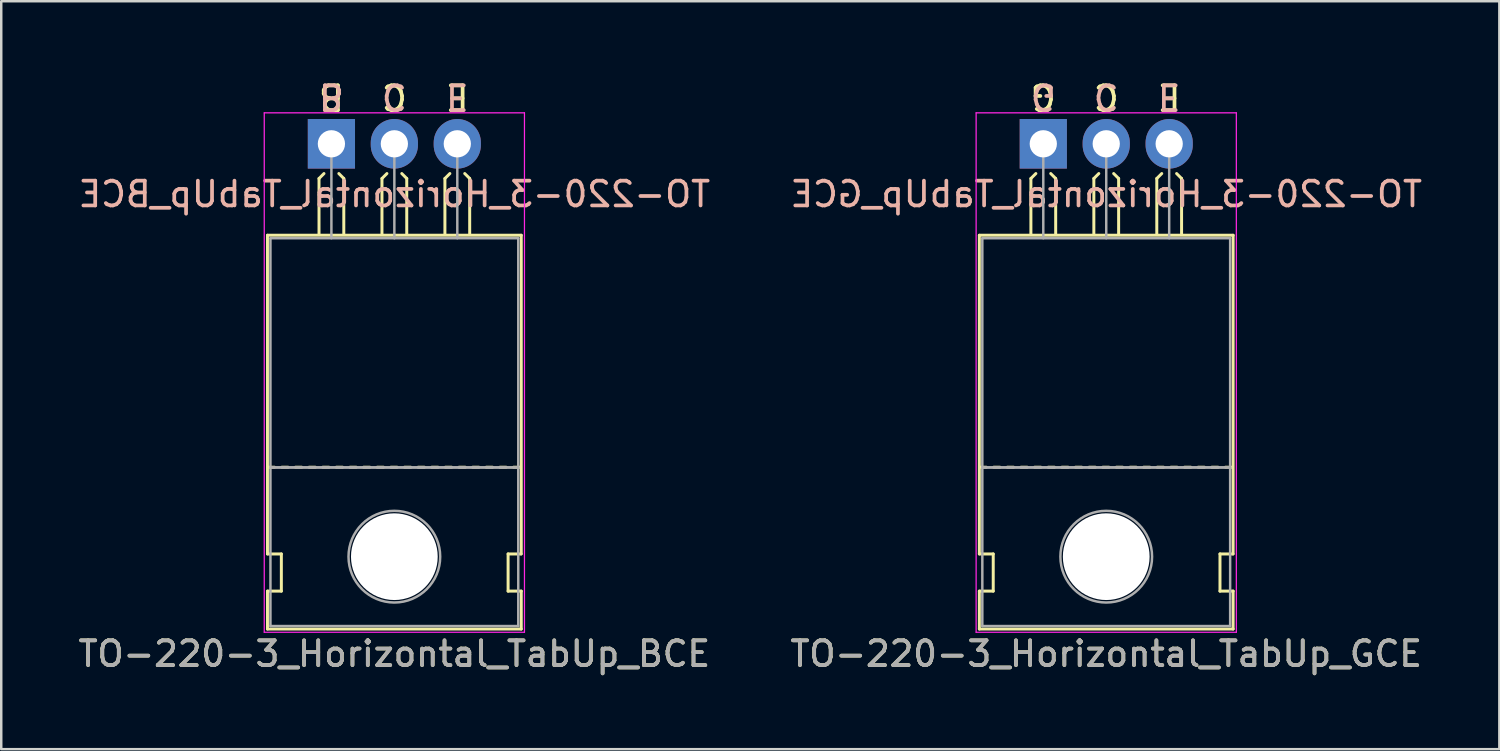
<source format=kicad_pcb>
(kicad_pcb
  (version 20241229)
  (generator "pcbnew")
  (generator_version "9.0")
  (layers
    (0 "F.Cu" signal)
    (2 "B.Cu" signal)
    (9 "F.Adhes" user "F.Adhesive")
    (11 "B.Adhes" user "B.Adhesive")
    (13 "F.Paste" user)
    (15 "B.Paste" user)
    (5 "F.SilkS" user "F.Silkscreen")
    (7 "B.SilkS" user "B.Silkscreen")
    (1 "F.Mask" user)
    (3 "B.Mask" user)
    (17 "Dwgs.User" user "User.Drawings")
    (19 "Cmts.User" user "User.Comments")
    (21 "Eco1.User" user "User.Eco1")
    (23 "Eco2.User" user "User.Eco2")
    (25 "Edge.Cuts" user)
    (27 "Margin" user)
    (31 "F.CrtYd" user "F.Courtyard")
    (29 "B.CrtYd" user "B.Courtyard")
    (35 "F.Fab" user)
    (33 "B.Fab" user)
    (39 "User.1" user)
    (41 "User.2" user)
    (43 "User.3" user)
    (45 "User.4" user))
  (footprint "TO-220-3_Horizontal_TabUp_BCE"
    (layer "F.Cu")
    (at 10.323 2.753)
    (property "Reference" "TO-220-3_Horizontal_TabUp_BCE" (at 2.54 20.58 0) (layer "F.SilkS") (effects (font (size 1 1) (thickness 0.15))))
    (fp_line (start -2.58 16.55) (end -2.58 3.69) (stroke (width 0.12) (type solid)) (layer "F.SilkS"))
    (fp_line (start -2.58 16.55) (end -2.02 16.55) (stroke (width 0.12) (type solid)) (layer "F.SilkS"))
    (fp_line (start -2.58 19.58) (end -2.58 18.05) (stroke (width 0.12) (type solid)) (layer "F.SilkS"))
    (fp_line (start -2.3 13.05) (end -2.55 13.05) (stroke (width 0.12) (type solid)) (layer "F.SilkS"))
    (fp_line (start -2.02 16.55) (end -2.02 18.05) (stroke (width 0.12) (type solid)) (layer "F.SilkS"))
    (fp_line (start -2.02 18.05) (end -2.58 18.05) (stroke (width 0.12) (type solid)) (layer "F.SilkS"))
    (fp_line (start -1.75 13.05) (end -2 13.05) (stroke (width 0.12) (type solid)) (layer "F.SilkS"))
    (fp_line (start -1.2 13.05) (end -1.45 13.05) (stroke (width 0.12) (type solid)) (layer "F.SilkS"))
    (fp_line (start -0.65 13.05) (end -0.9 13.05) (stroke (width 0.12) (type solid)) (layer "F.SilkS"))
    (fp_line (start -0.5 1.4) (end -0.3 1.2) (stroke (width 0.12) (type solid)) (layer "F.SilkS"))
    (fp_line (start -0.5 3.65) (end -0.5 1.4) (stroke (width 0.12) (type solid)) (layer "F.SilkS"))
    (fp_line (start -0.1 13.05) (end -0.35 13.05) (stroke (width 0.12) (type solid)) (layer "F.SilkS"))
    (fp_line (start 0.45 13.05) (end 0.2 13.05) (stroke (width 0.12) (type solid)) (layer "F.SilkS"))
    (fp_line (start 0.5 1.4) (end 0.3 1.2) (stroke (width 0.12) (type solid)) (layer "F.SilkS"))
    (fp_line (start 0.5 3.65) (end 0.5 1.4) (stroke (width 0.12) (type solid)) (layer "F.SilkS"))
    (fp_line (start 1 13.05) (end 0.75 13.05) (stroke (width 0.12) (type solid)) (layer "F.SilkS"))
    (fp_line (start 1.55 13.05) (end 1.3 13.05) (stroke (width 0.12) (type solid)) (layer "F.SilkS"))
    (fp_line (start 2.04 1.4) (end 2.24 1.2) (stroke (width 0.12) (type solid)) (layer "F.SilkS"))
    (fp_line (start 2.04 3.65) (end 2.04 1.4) (stroke (width 0.12) (type solid)) (layer "F.SilkS"))
    (fp_line (start 2.1 13.05) (end 1.85 13.05) (stroke (width 0.12) (type solid)) (layer "F.SilkS"))
    (fp_line (start 2.65 13.05) (end 2.4 13.05) (stroke (width 0.12) (type solid)) (layer "F.SilkS"))
    (fp_line (start 3.04 1.4) (end 2.84 1.2) (stroke (width 0.12) (type solid)) (layer "F.SilkS"))
    (fp_line (start 3.04 3.65) (end 3.04 1.4) (stroke (width 0.12) (type solid)) (layer "F.SilkS"))
    (fp_line (start 3.2 13.05) (end 2.95 13.05) (stroke (width 0.12) (type solid)) (layer "F.SilkS"))
    (fp_line (start 3.75 13.05) (end 3.5 13.05) (stroke (width 0.12) (type solid)) (layer "F.SilkS"))
    (fp_line (start 4.3 13.05) (end 4.05 13.05) (stroke (width 0.12) (type solid)) (layer "F.SilkS"))
    (fp_line (start 4.58 1.4) (end 4.78 1.2) (stroke (width 0.12) (type solid)) (layer "F.SilkS"))
    (fp_line (start 4.58 3.65) (end 4.58 1.4) (stroke (width 0.12) (type solid)) (layer "F.SilkS"))
    (fp_line (start 4.85 13.05) (end 4.6 13.05) (stroke (width 0.12) (type solid)) (layer "F.SilkS"))
    (fp_line (start 5.4 13.05) (end 5.15 13.05) (stroke (width 0.12) (type solid)) (layer "F.SilkS"))
    (fp_line (start 5.58 1.4) (end 5.38 1.2) (stroke (width 0.12) (type solid)) (layer "F.SilkS"))
    (fp_line (start 5.58 3.65) (end 5.58 1.4) (stroke (width 0.12) (type solid)) (layer "F.SilkS"))
    (fp_line (start 5.95 13.05) (end 5.7 13.05) (stroke (width 0.12) (type solid)) (layer "F.SilkS"))
    (fp_line (start 6.5 13.05) (end 6.25 13.05) (stroke (width 0.12) (type solid)) (layer "F.SilkS"))
    (fp_line (start 7.05 13.05) (end 6.8 13.05) (stroke (width 0.12) (type solid)) (layer "F.SilkS"))
    (fp_line (start 7.13 16.55) (end 7.655 16.55) (stroke (width 0.12) (type solid)) (layer "F.SilkS"))
    (fp_line (start 7.13 18.05) (end 7.13 16.55) (stroke (width 0.12) (type solid)) (layer "F.SilkS"))
    (fp_line (start 7.6 13.05) (end 7.35 13.05) (stroke (width 0.12) (type solid)) (layer "F.SilkS"))
    (fp_line (start 7.66 3.69) (end -2.58 3.69) (stroke (width 0.12) (type solid)) (layer "F.SilkS"))
    (fp_line (start 7.66 16.55) (end 7.66 3.69) (stroke (width 0.12) (type solid)) (layer "F.SilkS"))
    (fp_line (start 7.66 18.05) (end 7.13 18.05) (stroke (width 0.12) (type solid)) (layer "F.SilkS"))
    (fp_line (start 7.66 19.58) (end -2.58 19.58) (stroke (width 0.12) (type solid)) (layer "F.SilkS"))
    (fp_line (start 7.66 19.58) (end 7.66 18.05) (stroke (width 0.12) (type solid)) (layer "F.SilkS"))
    (fp_line (start -2.71 -1.25) (end -2.71 19.71) (stroke (width 0.05) (type solid)) (layer "F.CrtYd"))
    (fp_line (start -2.71 19.71) (end 7.79 19.71) (stroke (width 0.05) (type solid)) (layer "F.CrtYd"))
    (fp_line (start 7.79 -1.25) (end -2.71 -1.25) (stroke (width 0.05) (type solid)) (layer "F.CrtYd"))
    (fp_line (start 7.79 19.71) (end 7.79 -1.25) (stroke (width 0.05) (type solid)) (layer "F.CrtYd"))
    (fp_line (start -2.46 3.81) (end -2.46 13.06) (stroke (width 0.1) (type solid)) (layer "F.Fab"))
    (fp_line (start -2.46 13.06) (end -2.46 19.46) (stroke (width 0.1) (type solid)) (layer "F.Fab"))
    (fp_line (start -2.46 13.06) (end 7.54 13.06) (stroke (width 0.1) (type solid)) (layer "F.Fab"))
    (fp_line (start -2.46 19.46) (end 7.54 19.46) (stroke (width 0.1) (type solid)) (layer "F.Fab"))
    (fp_line (start 0 3.81) (end 0 0) (stroke (width 0.1) (type solid)) (layer "F.Fab"))
    (fp_line (start 2.54 3.81) (end 2.54 0) (stroke (width 0.1) (type solid)) (layer "F.Fab"))
    (fp_line (start 5.08 3.81) (end 5.08 0) (stroke (width 0.1) (type solid)) (layer "F.Fab"))
    (fp_line (start 7.54 3.81) (end -2.46 3.81) (stroke (width 0.1) (type solid)) (layer "F.Fab"))
    (fp_line (start 7.54 13.06) (end -2.46 13.06) (stroke (width 0.1) (type solid)) (layer "F.Fab"))
    (fp_line (start 7.54 13.06) (end 7.54 3.81) (stroke (width 0.1) (type solid)) (layer "F.Fab"))
    (fp_line (start 7.54 19.46) (end 7.54 13.06) (stroke (width 0.1) (type solid)) (layer "F.Fab"))
    (fp_circle (center 2.54 16.66) (end 4.39 16.66) (stroke (width 0.1) (type solid)) (fill no) (layer "F.Fab"))
    (fp_text user "E" (at 5.08 -1.905 180) (unlocked yes) (layer "F.SilkS") (effects (font (size 1 1) (thickness 0.15))))
    (fp_text user "C" (at 2.54 -1.905 180) (unlocked yes) (layer "F.SilkS") (effects (font (size 1 1) (thickness 0.15))))
    (fp_text user "B" (at 0 -1.905 180) (unlocked yes) (layer "F.SilkS") (effects (font (size 1 1) (thickness 0.15))))
    (fp_text user "E" (at 5.08 -1.905 180) (unlocked yes) (layer "B.SilkS") (effects (font (size 1 1) (thickness 0.15)) (justify mirror)))
    (fp_text user "${REFERENCE}" (at 2.54 2.032 0) (layer "B.SilkS") (effects (font (size 1 1) (thickness 0.15)) (justify mirror)))
    (fp_text user "B" (at 0 -1.905 180) (unlocked yes) (layer "B.SilkS") (effects (font (size 1 1) (thickness 0.15)) (justify mirror)))
    (fp_text user "C" (at 2.54 -1.905 180) (unlocked yes) (layer "B.SilkS") (effects (font (size 1 1) (thickness 0.15)) (justify mirror)))
    (fp_text user "${REFERENCE}" (at 2.54 20.58 0) (layer "F.Fab") (effects (font (size 1 1) (thickness 0.15))))
    (pad "" np_thru_hole oval (at 2.54 16.66) (size 3.5 3.5) (drill 3.5) (layers "*.Cu" "*.Mask"))
    (pad "1" thru_hole rect (at 0 0) (size 1.905 2) (drill 1.1) (layers "*.Cu" "*.Mask"))
    (pad "2" thru_hole oval (at 2.54 0) (size 1.905 2) (drill 1.1) (layers "*.Cu" "*.Mask"))
    (pad "3" thru_hole oval (at 5.08 0) (size 1.905 2) (drill 1.1) (layers "*.Cu" "*.Mask")))
  (footprint "TO-220-3_Horizontal_TabUp_GCE"
    (layer "F.Cu")
    (at 39.049 2.753)
    (property "Reference" "TO-220-3_Horizontal_TabUp_GCE" (at 2.54 20.58 0) (layer "F.SilkS") (effects (font (size 1 1) (thickness 0.15))))
    (fp_line (start -2.58 16.55) (end -2.58 3.69) (stroke (width 0.12) (type solid)) (layer "F.SilkS"))
    (fp_line (start -2.58 16.55) (end -2.02 16.55) (stroke (width 0.12) (type solid)) (layer "F.SilkS"))
    (fp_line (start -2.58 19.58) (end -2.58 18.05) (stroke (width 0.12) (type solid)) (layer "F.SilkS"))
    (fp_line (start -2.3 13.05) (end -2.55 13.05) (stroke (width 0.12) (type solid)) (layer "F.SilkS"))
    (fp_line (start -2.02 16.55) (end -2.02 18.05) (stroke (width 0.12) (type solid)) (layer "F.SilkS"))
    (fp_line (start -2.02 18.05) (end -2.58 18.05) (stroke (width 0.12) (type solid)) (layer "F.SilkS"))
    (fp_line (start -1.75 13.05) (end -2 13.05) (stroke (width 0.12) (type solid)) (layer "F.SilkS"))
    (fp_line (start -1.2 13.05) (end -1.45 13.05) (stroke (width 0.12) (type solid)) (layer "F.SilkS"))
    (fp_line (start -0.65 13.05) (end -0.9 13.05) (stroke (width 0.12) (type solid)) (layer "F.SilkS"))
    (fp_line (start -0.5 1.4) (end -0.3 1.2) (stroke (width 0.12) (type solid)) (layer "F.SilkS"))
    (fp_line (start -0.5 3.65) (end -0.5 1.4) (stroke (width 0.12) (type solid)) (layer "F.SilkS"))
    (fp_line (start -0.1 13.05) (end -0.35 13.05) (stroke (width 0.12) (type solid)) (layer "F.SilkS"))
    (fp_line (start 0.45 13.05) (end 0.2 13.05) (stroke (width 0.12) (type solid)) (layer "F.SilkS"))
    (fp_line (start 0.5 1.4) (end 0.3 1.2) (stroke (width 0.12) (type solid)) (layer "F.SilkS"))
    (fp_line (start 0.5 3.65) (end 0.5 1.4) (stroke (width 0.12) (type solid)) (layer "F.SilkS"))
    (fp_line (start 1 13.05) (end 0.75 13.05) (stroke (width 0.12) (type solid)) (layer "F.SilkS"))
    (fp_line (start 1.55 13.05) (end 1.3 13.05) (stroke (width 0.12) (type solid)) (layer "F.SilkS"))
    (fp_line (start 2.04 1.4) (end 2.24 1.2) (stroke (width 0.12) (type solid)) (layer "F.SilkS"))
    (fp_line (start 2.04 3.65) (end 2.04 1.4) (stroke (width 0.12) (type solid)) (layer "F.SilkS"))
    (fp_line (start 2.1 13.05) (end 1.85 13.05) (stroke (width 0.12) (type solid)) (layer "F.SilkS"))
    (fp_line (start 2.65 13.05) (end 2.4 13.05) (stroke (width 0.12) (type solid)) (layer "F.SilkS"))
    (fp_line (start 3.04 1.4) (end 2.84 1.2) (stroke (width 0.12) (type solid)) (layer "F.SilkS"))
    (fp_line (start 3.04 3.65) (end 3.04 1.4) (stroke (width 0.12) (type solid)) (layer "F.SilkS"))
    (fp_line (start 3.2 13.05) (end 2.95 13.05) (stroke (width 0.12) (type solid)) (layer "F.SilkS"))
    (fp_line (start 3.75 13.05) (end 3.5 13.05) (stroke (width 0.12) (type solid)) (layer "F.SilkS"))
    (fp_line (start 4.3 13.05) (end 4.05 13.05) (stroke (width 0.12) (type solid)) (layer "F.SilkS"))
    (fp_line (start 4.58 1.4) (end 4.78 1.2) (stroke (width 0.12) (type solid)) (layer "F.SilkS"))
    (fp_line (start 4.58 3.65) (end 4.58 1.4) (stroke (width 0.12) (type solid)) (layer "F.SilkS"))
    (fp_line (start 4.85 13.05) (end 4.6 13.05) (stroke (width 0.12) (type solid)) (layer "F.SilkS"))
    (fp_line (start 5.4 13.05) (end 5.15 13.05) (stroke (width 0.12) (type solid)) (layer "F.SilkS"))
    (fp_line (start 5.58 1.4) (end 5.38 1.2) (stroke (width 0.12) (type solid)) (layer "F.SilkS"))
    (fp_line (start 5.58 3.65) (end 5.58 1.4) (stroke (width 0.12) (type solid)) (layer "F.SilkS"))
    (fp_line (start 5.95 13.05) (end 5.7 13.05) (stroke (width 0.12) (type solid)) (layer "F.SilkS"))
    (fp_line (start 6.5 13.05) (end 6.25 13.05) (stroke (width 0.12) (type solid)) (layer "F.SilkS"))
    (fp_line (start 7.05 13.05) (end 6.8 13.05) (stroke (width 0.12) (type solid)) (layer "F.SilkS"))
    (fp_line (start 7.13 16.55) (end 7.655 16.55) (stroke (width 0.12) (type solid)) (layer "F.SilkS"))
    (fp_line (start 7.13 18.05) (end 7.13 16.55) (stroke (width 0.12) (type solid)) (layer "F.SilkS"))
    (fp_line (start 7.6 13.05) (end 7.35 13.05) (stroke (width 0.12) (type solid)) (layer "F.SilkS"))
    (fp_line (start 7.66 3.69) (end -2.58 3.69) (stroke (width 0.12) (type solid)) (layer "F.SilkS"))
    (fp_line (start 7.66 16.55) (end 7.66 3.69) (stroke (width 0.12) (type solid)) (layer "F.SilkS"))
    (fp_line (start 7.66 18.05) (end 7.13 18.05) (stroke (width 0.12) (type solid)) (layer "F.SilkS"))
    (fp_line (start 7.66 19.58) (end -2.58 19.58) (stroke (width 0.12) (type solid)) (layer "F.SilkS"))
    (fp_line (start 7.66 19.58) (end 7.66 18.05) (stroke (width 0.12) (type solid)) (layer "F.SilkS"))
    (fp_line (start -2.71 -1.25) (end -2.71 19.71) (stroke (width 0.05) (type solid)) (layer "F.CrtYd"))
    (fp_line (start -2.71 19.71) (end 7.79 19.71) (stroke (width 0.05) (type solid)) (layer "F.CrtYd"))
    (fp_line (start 7.79 -1.25) (end -2.71 -1.25) (stroke (width 0.05) (type solid)) (layer "F.CrtYd"))
    (fp_line (start 7.79 19.71) (end 7.79 -1.25) (stroke (width 0.05) (type solid)) (layer "F.CrtYd"))
    (fp_line (start -2.46 3.81) (end -2.46 13.06) (stroke (width 0.1) (type solid)) (layer "F.Fab"))
    (fp_line (start -2.46 13.06) (end -2.46 19.46) (stroke (width 0.1) (type solid)) (layer "F.Fab"))
    (fp_line (start -2.46 13.06) (end 7.54 13.06) (stroke (width 0.1) (type solid)) (layer "F.Fab"))
    (fp_line (start -2.46 19.46) (end 7.54 19.46) (stroke (width 0.1) (type solid)) (layer "F.Fab"))
    (fp_line (start 0 3.81) (end 0 0) (stroke (width 0.1) (type solid)) (layer "F.Fab"))
    (fp_line (start 2.54 3.81) (end 2.54 0) (stroke (width 0.1) (type solid)) (layer "F.Fab"))
    (fp_line (start 5.08 3.81) (end 5.08 0) (stroke (width 0.1) (type solid)) (layer "F.Fab"))
    (fp_line (start 7.54 3.81) (end -2.46 3.81) (stroke (width 0.1) (type solid)) (layer "F.Fab"))
    (fp_line (start 7.54 13.06) (end -2.46 13.06) (stroke (width 0.1) (type solid)) (layer "F.Fab"))
    (fp_line (start 7.54 13.06) (end 7.54 3.81) (stroke (width 0.1) (type solid)) (layer "F.Fab"))
    (fp_line (start 7.54 19.46) (end 7.54 13.06) (stroke (width 0.1) (type solid)) (layer "F.Fab"))
    (fp_circle (center 2.54 16.66) (end 4.39 16.66) (stroke (width 0.1) (type solid)) (fill no) (layer "F.Fab"))
    (fp_text user "E" (at 5.08 -1.905 180) (unlocked yes) (layer "F.SilkS") (effects (font (size 1 1) (thickness 0.15))))
    (fp_text user "C" (at 2.54 -1.905 180) (unlocked yes) (layer "F.SilkS") (effects (font (size 1 1) (thickness 0.15))))
    (fp_text user "G" (at 0 -1.905 180) (unlocked yes) (layer "F.SilkS") (effects (font (size 1 1) (thickness 0.15))))
    (fp_text user "C" (at 2.54 -1.905 180) (unlocked yes) (layer "B.SilkS") (effects (font (size 1 1) (thickness 0.15)) (justify mirror)))
    (fp_text user "G" (at 0 -1.905 180) (unlocked yes) (layer "B.SilkS") (effects (font (size 1 1) (thickness 0.15)) (justify mirror)))
    (fp_text user "${REFERENCE}" (at 2.54 2.032 0) (layer "B.SilkS") (effects (font (size 1 1) (thickness 0.15)) (justify mirror)))
    (fp_text user "E" (at 5.08 -1.905 180) (unlocked yes) (layer "B.SilkS") (effects (font (size 1 1) (thickness 0.15)) (justify mirror)))
    (fp_text user "${REFERENCE}" (at 2.54 20.58 0) (layer "F.Fab") (effects (font (size 1 1) (thickness 0.15))))
    (pad "" np_thru_hole oval (at 2.54 16.66) (size 3.5 3.5) (drill 3.5) (layers "*.Cu" "*.Mask"))
    (pad "1" thru_hole rect (at 0 0) (size 1.905 2) (drill 1.1) (layers "*.Cu" "*.Mask"))
    (pad "2" thru_hole oval (at 2.54 0) (size 1.905 2) (drill 1.1) (layers "*.Cu" "*.Mask"))
    (pad "3" thru_hole oval (at 5.08 0) (size 1.905 2) (drill 1.1) (layers "*.Cu" "*.Mask")))
  (gr_rect
    (start -3 -3)
    (end 57.452 27.181)
    (stroke (width 0.1) (type default))
    (fill no)
    (layer "Edge.Cuts")))
</source>
